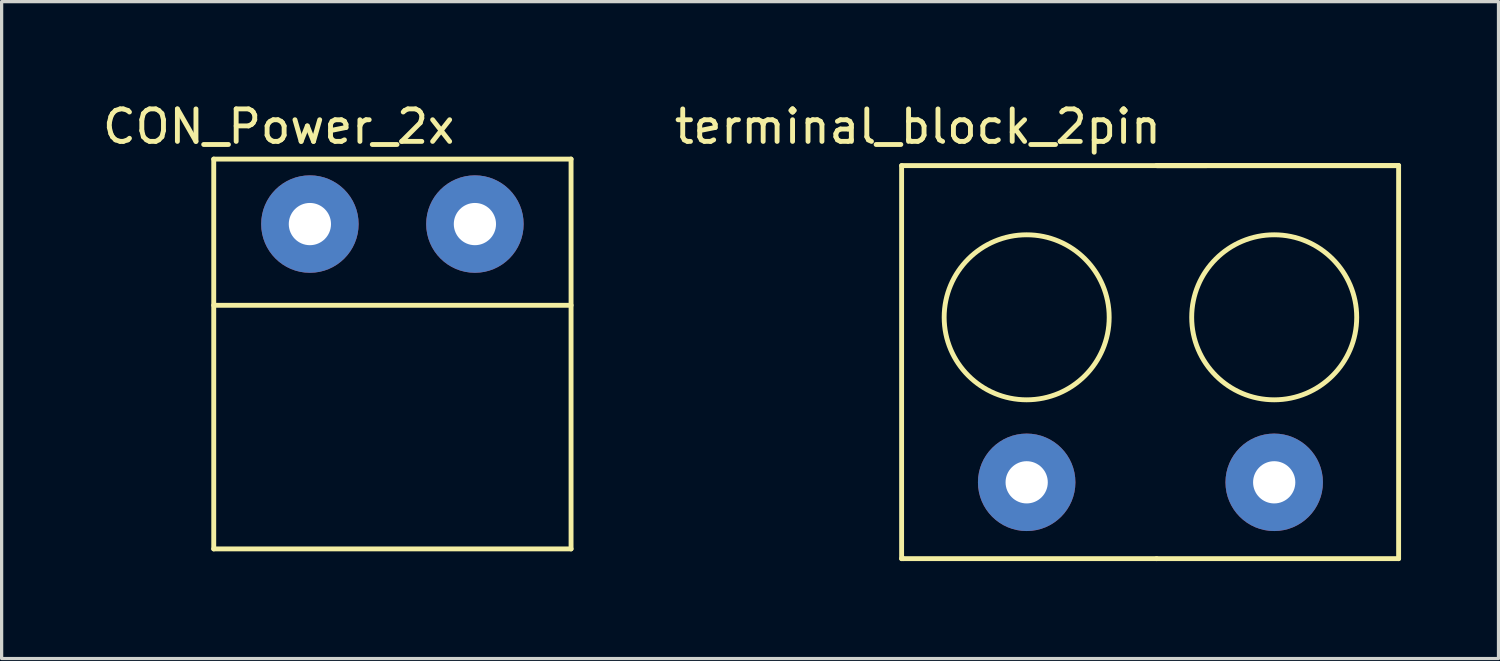
<source format=kicad_pcb>
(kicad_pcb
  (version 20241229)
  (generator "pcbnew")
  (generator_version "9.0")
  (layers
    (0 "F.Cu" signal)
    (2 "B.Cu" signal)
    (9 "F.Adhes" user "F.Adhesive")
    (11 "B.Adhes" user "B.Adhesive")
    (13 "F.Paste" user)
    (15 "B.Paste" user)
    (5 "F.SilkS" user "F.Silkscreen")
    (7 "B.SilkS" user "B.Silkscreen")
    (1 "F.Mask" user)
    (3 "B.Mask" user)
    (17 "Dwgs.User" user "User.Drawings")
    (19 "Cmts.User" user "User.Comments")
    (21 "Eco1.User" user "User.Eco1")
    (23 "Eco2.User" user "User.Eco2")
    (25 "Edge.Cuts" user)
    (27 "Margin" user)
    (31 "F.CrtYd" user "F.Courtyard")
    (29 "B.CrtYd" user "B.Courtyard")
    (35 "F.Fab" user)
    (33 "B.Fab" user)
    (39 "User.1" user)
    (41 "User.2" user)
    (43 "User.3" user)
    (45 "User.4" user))
  (footprint "CON_Power_2x"
    (layer "F.Cu")
    (at 9.03 3.848)
    (property "Reference" "CON_Power_2x" (at -3.5 -3 0) (layer "F.SilkS") (effects (font (size 1 1) (thickness 0.15))))
    (attr through_hole)
    (fp_line (start -5.5 -2) (end 5.5 -2) (stroke (width 0.15) (type solid)) (layer "F.SilkS"))
    (fp_line (start -5.5 2.5) (end 5.5 2.5) (stroke (width 0.15) (type solid)) (layer "F.SilkS"))
    (fp_line (start -5.5 10) (end -5.5 -2) (stroke (width 0.15) (type solid)) (layer "F.SilkS"))
    (fp_line (start 5.5 -2) (end 5.5 10) (stroke (width 0.15) (type solid)) (layer "F.SilkS"))
    (fp_line (start 5.5 10) (end -5.5 10) (stroke (width 0.15) (type solid)) (layer "F.SilkS"))
    (pad "1" thru_hole circle (at -2.54 0) (size 3 3) (drill 1.3) (layers "*.Cu" "*.Mask"))
    (pad "2" thru_hole circle (at 2.54 0) (size 3 3) (drill 1.3) (layers "*.Cu" "*.Mask")))
  (footprint "terminal_block_2pin"
    (layer "F.Cu")
    (at 28.556 11.798)
    (property "Reference" "terminal_block_2pin" (at -3.35 -10.95 0) (layer "F.SilkS") (effects (font (size 1 1) (thickness 0.15))))
    (attr through_hole)
    (fp_line (start -3.85 2.35) (end -3.85 -9.75) (stroke (width 0.15) (type solid)) (layer "F.SilkS"))
    (fp_line (start -3.8 2.35) (end -3.85 2.35) (stroke (width 0.15) (type solid)) (layer "F.SilkS"))
    (fp_line (start 4 -9.75) (end 5.55 -9.75) (stroke (width 0.15) (type solid)) (layer "F.SilkS"))
    (fp_line (start 4 -9.75) (end 11.45 -9.75) (stroke (width 0.15) (type solid)) (layer "F.SilkS"))
    (fp_line (start 4 2.35) (end -3.8 2.35) (stroke (width 0.15) (type solid)) (layer "F.SilkS"))
    (fp_line (start 4 2.35) (end 11.45 2.35) (stroke (width 0.15) (type solid)) (layer "F.SilkS"))
    (fp_line (start 11.45 -9.75) (end -3.85 -9.75) (stroke (width 0.15) (type solid)) (layer "F.SilkS"))
    (fp_line (start 11.45 2.35) (end 11.45 -9.75) (stroke (width 0.15) (type solid)) (layer "F.SilkS"))
    (fp_circle (center 0 -5.08) (end 2.54 -5.08) (stroke (width 0.15) (type solid)) (fill no) (layer "F.SilkS"))
    (fp_circle (center 7.62 -5.08) (end 10.16 -5.08) (stroke (width 0.15) (type solid)) (fill no) (layer "F.SilkS"))
    (pad "1" thru_hole circle (at 0 0) (size 3 3) (drill 1.3) (layers "*.Cu" "*.Mask"))
    (pad "2" thru_hole circle (at 7.62 0) (size 3 3) (drill 1.3) (layers "*.Cu" "*.Mask")))
  (gr_rect
    (start -3 -3)
    (end 43.081 17.223)
    (stroke (width 0.1) (type default))
    (fill no)
    (layer "Edge.Cuts")))
</source>
